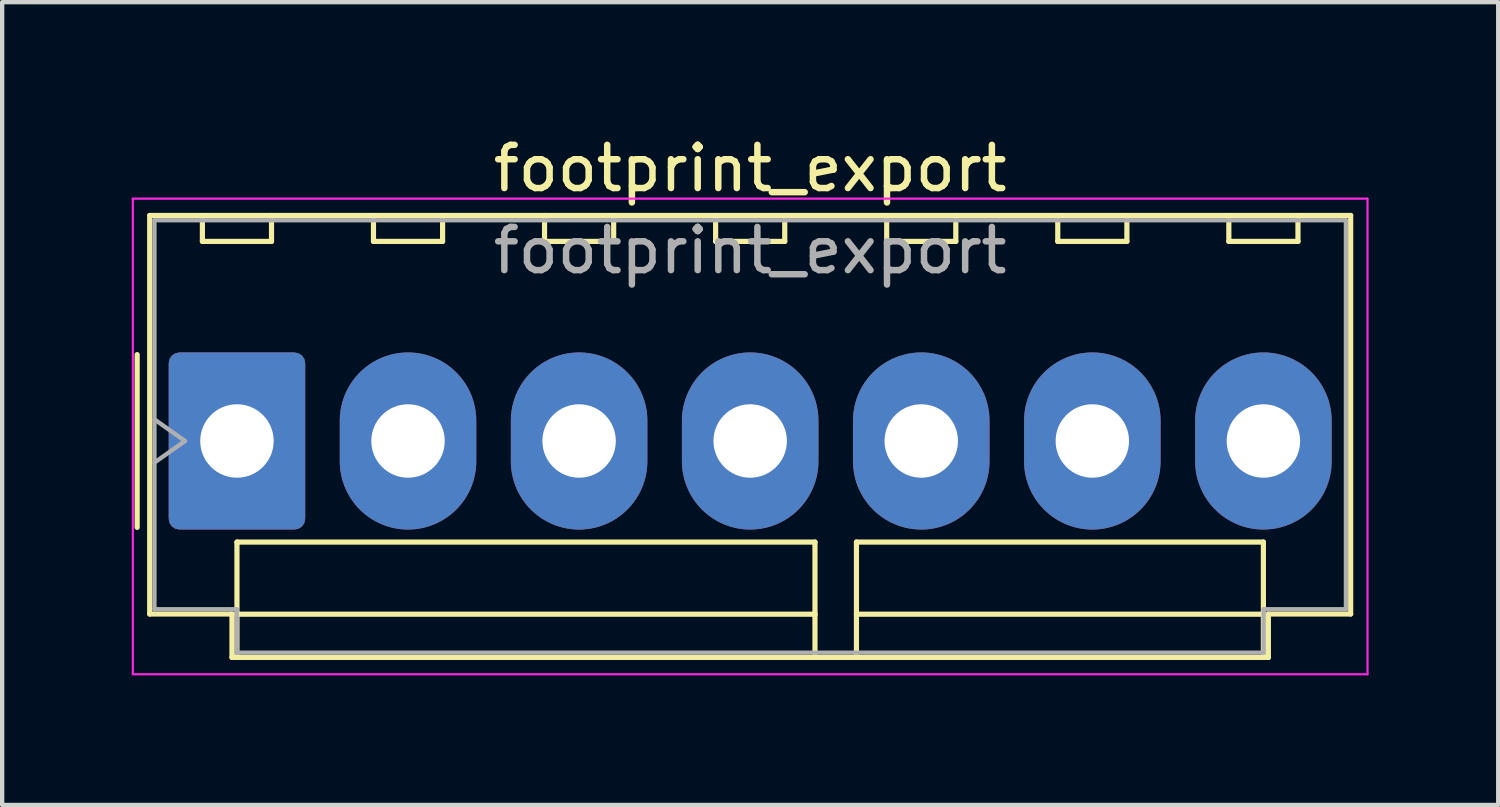
<source format=kicad_pcb>
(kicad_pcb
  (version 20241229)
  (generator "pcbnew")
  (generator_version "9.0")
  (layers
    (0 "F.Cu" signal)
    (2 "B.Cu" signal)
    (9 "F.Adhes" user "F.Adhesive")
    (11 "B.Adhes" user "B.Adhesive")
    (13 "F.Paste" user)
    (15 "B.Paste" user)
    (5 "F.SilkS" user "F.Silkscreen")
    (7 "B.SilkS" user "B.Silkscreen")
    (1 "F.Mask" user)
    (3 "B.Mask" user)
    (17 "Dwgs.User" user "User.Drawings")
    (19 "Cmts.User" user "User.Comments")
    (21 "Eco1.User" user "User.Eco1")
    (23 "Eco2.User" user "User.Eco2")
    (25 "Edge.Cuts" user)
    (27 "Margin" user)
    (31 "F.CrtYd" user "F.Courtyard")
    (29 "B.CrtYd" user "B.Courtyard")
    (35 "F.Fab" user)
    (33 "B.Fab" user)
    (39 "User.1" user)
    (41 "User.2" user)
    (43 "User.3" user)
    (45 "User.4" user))
  (footprint "footprint_export"
    (layer "F.Cu")
    (at 2.435 7.158)
    (property "Reference" "footprint_export" (at 11.88 -6.31 0) (layer "F.SilkS") (effects (font (size 1 1) (thickness 0.15))))
    (attr through_hole)
    (fp_line (start -2.31 -2) (end -2.31 2) (stroke (width 0.12) (type solid)) (layer "F.SilkS"))
    (fp_line (start -2.02 -5.22) (end 25.78 -5.22) (stroke (width 0.12) (type solid)) (layer "F.SilkS"))
    (fp_line (start -2.02 4.005) (end -2.02 -5.22) (stroke (width 0.12) (type solid)) (layer "F.SilkS"))
    (fp_line (start -0.8 -5.22) (end -0.8 -4.62) (stroke (width 0.12) (type solid)) (layer "F.SilkS"))
    (fp_line (start -0.8 -4.62) (end 0.8 -4.62) (stroke (width 0.12) (type solid)) (layer "F.SilkS"))
    (fp_line (start -0.115 4.005) (end -2.02 4.005) (stroke (width 0.12) (type solid)) (layer "F.SilkS"))
    (fp_line (start -0.115 5.01) (end -0.115 4.005) (stroke (width 0.12) (type solid)) (layer "F.SilkS"))
    (fp_line (start 0 2.34) (end 13.38 2.34) (stroke (width 0.12) (type solid)) (layer "F.SilkS"))
    (fp_line (start 0 4.01) (end 0 2.34) (stroke (width 0.12) (type solid)) (layer "F.SilkS"))
    (fp_line (start 0 4.01) (end 13.38 4.01) (stroke (width 0.12) (type solid)) (layer "F.SilkS"))
    (fp_line (start 0 5.01) (end 0 4.01) (stroke (width 0.12) (type solid)) (layer "F.SilkS"))
    (fp_line (start 0.8 -4.62) (end 0.8 -5.22) (stroke (width 0.12) (type solid)) (layer "F.SilkS"))
    (fp_line (start 3.16 -5.22) (end 3.16 -4.62) (stroke (width 0.12) (type solid)) (layer "F.SilkS"))
    (fp_line (start 3.16 -4.62) (end 4.76 -4.62) (stroke (width 0.12) (type solid)) (layer "F.SilkS"))
    (fp_line (start 4.76 -4.62) (end 4.76 -5.22) (stroke (width 0.12) (type solid)) (layer "F.SilkS"))
    (fp_line (start 7.12 -5.22) (end 7.12 -4.62) (stroke (width 0.12) (type solid)) (layer "F.SilkS"))
    (fp_line (start 7.12 -4.62) (end 8.72 -4.62) (stroke (width 0.12) (type solid)) (layer "F.SilkS"))
    (fp_line (start 8.72 -4.62) (end 8.72 -5.22) (stroke (width 0.12) (type solid)) (layer "F.SilkS"))
    (fp_line (start 11.08 -5.22) (end 11.08 -4.62) (stroke (width 0.12) (type solid)) (layer "F.SilkS"))
    (fp_line (start 11.08 -4.62) (end 12.68 -4.62) (stroke (width 0.12) (type solid)) (layer "F.SilkS"))
    (fp_line (start 12.68 -4.62) (end 12.68 -5.22) (stroke (width 0.12) (type solid)) (layer "F.SilkS"))
    (fp_line (start 13.38 2.34) (end 13.38 4.01) (stroke (width 0.12) (type solid)) (layer "F.SilkS"))
    (fp_line (start 13.38 4.01) (end 13.38 5.01) (stroke (width 0.12) (type solid)) (layer "F.SilkS"))
    (fp_line (start 14.34 2.34) (end 23.76 2.34) (stroke (width 0.12) (type solid)) (layer "F.SilkS"))
    (fp_line (start 14.34 4.01) (end 14.34 2.34) (stroke (width 0.12) (type solid)) (layer "F.SilkS"))
    (fp_line (start 14.34 4.01) (end 23.76 4.01) (stroke (width 0.12) (type solid)) (layer "F.SilkS"))
    (fp_line (start 14.34 5.01) (end 14.34 4.01) (stroke (width 0.12) (type solid)) (layer "F.SilkS"))
    (fp_line (start 15.04 -5.22) (end 15.04 -4.62) (stroke (width 0.12) (type solid)) (layer "F.SilkS"))
    (fp_line (start 15.04 -4.62) (end 16.64 -4.62) (stroke (width 0.12) (type solid)) (layer "F.SilkS"))
    (fp_line (start 16.64 -4.62) (end 16.64 -5.22) (stroke (width 0.12) (type solid)) (layer "F.SilkS"))
    (fp_line (start 19 -5.22) (end 19 -4.62) (stroke (width 0.12) (type solid)) (layer "F.SilkS"))
    (fp_line (start 19 -4.62) (end 20.6 -4.62) (stroke (width 0.12) (type solid)) (layer "F.SilkS"))
    (fp_line (start 20.6 -4.62) (end 20.6 -5.22) (stroke (width 0.12) (type solid)) (layer "F.SilkS"))
    (fp_line (start 22.96 -5.22) (end 22.96 -4.62) (stroke (width 0.12) (type solid)) (layer "F.SilkS"))
    (fp_line (start 22.96 -4.62) (end 24.56 -4.62) (stroke (width 0.12) (type solid)) (layer "F.SilkS"))
    (fp_line (start 23.76 2.34) (end 23.76 4.01) (stroke (width 0.12) (type solid)) (layer "F.SilkS"))
    (fp_line (start 23.76 4.01) (end 23.76 5.01) (stroke (width 0.12) (type solid)) (layer "F.SilkS"))
    (fp_line (start 23.875 4.005) (end 23.875 5.01) (stroke (width 0.12) (type solid)) (layer "F.SilkS"))
    (fp_line (start 23.875 5.01) (end -0.115 5.01) (stroke (width 0.12) (type solid)) (layer "F.SilkS"))
    (fp_line (start 24.56 -4.62) (end 24.56 -5.22) (stroke (width 0.12) (type solid)) (layer "F.SilkS"))
    (fp_line (start 25.78 -5.22) (end 25.78 4.005) (stroke (width 0.12) (type solid)) (layer "F.SilkS"))
    (fp_line (start 25.78 4.005) (end 23.875 4.005) (stroke (width 0.12) (type solid)) (layer "F.SilkS"))
    (fp_line (start -2.41 -5.61) (end -2.41 5.4) (stroke (width 0.05) (type solid)) (layer "F.CrtYd"))
    (fp_line (start -2.41 5.4) (end 26.17 5.4) (stroke (width 0.05) (type solid)) (layer "F.CrtYd"))
    (fp_line (start 26.17 -5.61) (end -2.41 -5.61) (stroke (width 0.05) (type solid)) (layer "F.CrtYd"))
    (fp_line (start 26.17 5.4) (end 26.17 -5.61) (stroke (width 0.05) (type solid)) (layer "F.CrtYd"))
    (fp_line (start -1.91 -5.11) (end 25.67 -5.11) (stroke (width 0.1) (type solid)) (layer "F.Fab"))
    (fp_line (start -1.91 -0.5) (end -1.203 0) (stroke (width 0.1) (type solid)) (layer "F.Fab"))
    (fp_line (start -1.91 3.895) (end -1.91 -5.11) (stroke (width 0.1) (type solid)) (layer "F.Fab"))
    (fp_line (start -1.203 0) (end -1.91 0.5) (stroke (width 0.1) (type solid)) (layer "F.Fab"))
    (fp_line (start -0.005 3.895) (end -1.91 3.895) (stroke (width 0.1) (type solid)) (layer "F.Fab"))
    (fp_line (start -0.005 4.9) (end -0.005 3.895) (stroke (width 0.1) (type solid)) (layer "F.Fab"))
    (fp_line (start 23.765 3.895) (end 23.765 4.9) (stroke (width 0.1) (type solid)) (layer "F.Fab"))
    (fp_line (start 23.765 4.9) (end -0.005 4.9) (stroke (width 0.1) (type solid)) (layer "F.Fab"))
    (fp_line (start 25.67 -5.11) (end 25.67 3.895) (stroke (width 0.1) (type solid)) (layer "F.Fab"))
    (fp_line (start 25.67 3.895) (end 23.765 3.895) (stroke (width 0.1) (type solid)) (layer "F.Fab"))
    (fp_text user "${REFERENCE}" (at 11.88 -4.41 0) (layer "F.Fab") (effects (font (size 1 1) (thickness 0.15))))
    (pad "1" thru_hole roundrect (at 0 0) (size 3.16 4.1) (drill 1.7) (layers "*.Cu" "*.Mask") (roundrect_rratio 0.079))
    (pad "2" thru_hole oval (at 3.96 0) (size 3.16 4.1) (drill 1.7) (layers "*.Cu" "*.Mask"))
    (pad "3" thru_hole oval (at 7.92 0) (size 3.16 4.1) (drill 1.7) (layers "*.Cu" "*.Mask"))
    (pad "4" thru_hole oval (at 11.88 0) (size 3.16 4.1) (drill 1.7) (layers "*.Cu" "*.Mask"))
    (pad "5" thru_hole oval (at 15.84 0) (size 3.16 4.1) (drill 1.7) (layers "*.Cu" "*.Mask"))
    (pad "6" thru_hole oval (at 19.8 0) (size 3.16 4.1) (drill 1.7) (layers "*.Cu" "*.Mask"))
    (pad "7" thru_hole oval (at 23.76 0) (size 3.16 4.1) (drill 1.7) (layers "*.Cu" "*.Mask")))
  (gr_rect
    (start -3 -3)
    (end 31.63 15.583)
    (stroke (width 0.1) (type default))
    (fill no)
    (layer "Edge.Cuts")))
</source>
